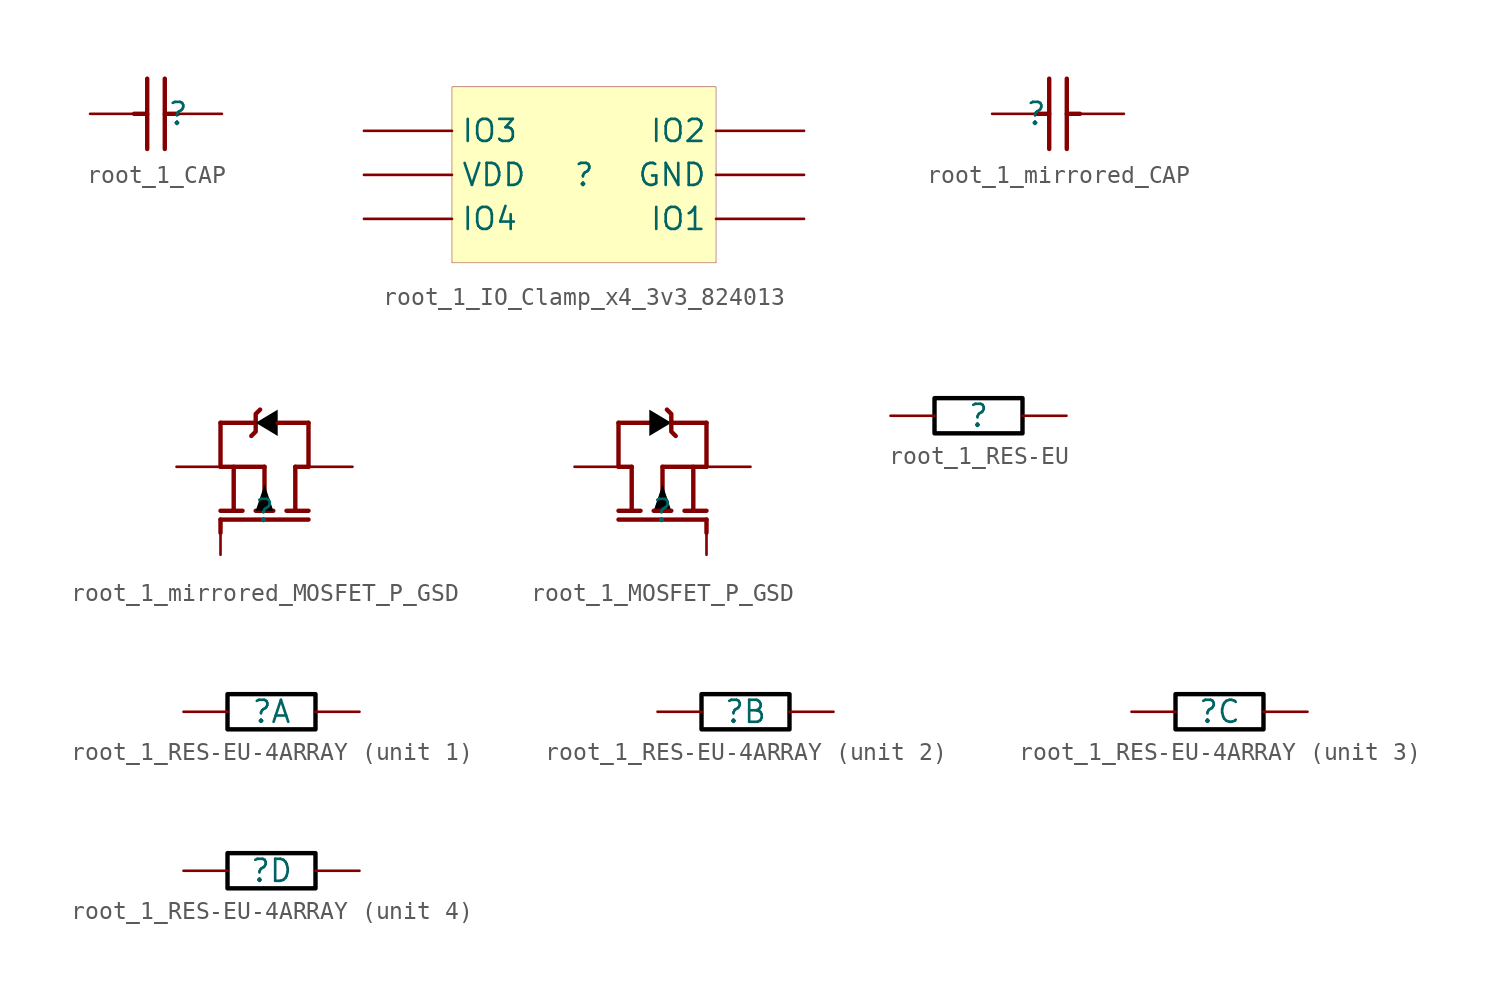
<source format=kicad_sym>
(kicad_symbol_lib
  (version 20231120)
  (generator "kicad_symbol_editor")
  (generator_version "8.0")
  (symbol "root_1_CAP"
    (property "Reference" ""
      (at 0 0 0)
      (effects (font (size 1.27 1.27))))
    (property "Value" ""
      (at 0 0 0)
      (effects (font (size 1.27 1.27))))
    (symbol "root_1_CAP_1_0"
      (polyline (pts (xy -2.54 0) (xy -1.778 0)) (stroke (width 0.254) (type solid)) (fill (type none)))
      (polyline (pts (xy -1.778 -2.032) (xy -1.778 2.032)) (stroke (width 0.254) (type solid)) (fill (type none)))
      (polyline (pts (xy -0.762 2.032) (xy -0.762 -2.032)) (stroke (width 0.254) (type solid)) (fill (type none)))
      (polyline (pts (xy 0 0) (xy -0.762 0)) (stroke (width 0.254) (type solid)) (fill (type none)))
      (pin passive line (at -5.08 0 0) (length 2.54) (name "1" (effects (font (size 0 0)))) (number "1" (effects (font (size 0 0)))))
      (pin passive line (at 2.54 0 180) (length 2.54) (name "2" (effects (font (size 0 0)))) (number "2" (effects (font (size 0 0)))))))
  (symbol "root_1_IO_Clamp_x4_3v3_824013"
    (property "Reference" ""
      (at 0 0 0)
      (effects (font (size 1.27 1.27))))
    (property "Value" ""
      (at 0 0 0)
      (effects (font (size 1.27 1.27))))
    (symbol "root_1_IO_Clamp_x4_3v3_824013_1_0"
      (rectangle (start 7.62 5.08) (end -7.62 -5.08) (stroke (width 0.025) (type solid) (color 128 0 0 1)) (fill (type background)))
      (pin passive line (at 12.7 -2.54 180) (length 5.08) (name "IO1" (effects (font (size 1.27 1.27)))) (number "1" (effects (font (size 0 0)))))
      (pin passive line (at 12.7 0 180) (length 5.08) (name "GND" (effects (font (size 1.27 1.27)))) (number "2" (effects (font (size 0 0)))))
      (pin passive line (at 12.7 2.54 180) (length 5.08) (name "IO2" (effects (font (size 1.27 1.27)))) (number "3" (effects (font (size 0 0)))))
      (pin passive line (at -12.7 2.54 0) (length 5.08) (name "IO3" (effects (font (size 1.27 1.27)))) (number "4" (effects (font (size 0 0)))))
      (pin passive line (at -12.7 0 0) (length 5.08) (name "VDD" (effects (font (size 1.27 1.27)))) (number "5" (effects (font (size 0 0)))))
      (pin passive line (at -12.7 -2.54 0) (length 5.08) (name "IO4" (effects (font (size 1.27 1.27)))) (number "6" (effects (font (size 0 0)))))))
  (symbol "root_1_mirrored_CAP"
    (property "Reference" ""
      (at 0 0 0)
      (effects (font (size 1.27 1.27))))
    (property "Value" ""
      (at 0 0 0)
      (effects (font (size 1.27 1.27))))
    (symbol "root_1_mirrored_CAP_1_0"
      (polyline (pts (xy 0 0) (xy 0.762 0)) (stroke (width 0.254) (type solid)) (fill (type none)))
      (polyline (pts (xy 0.762 2.032) (xy 0.762 -2.032)) (stroke (width 0.254) (type solid)) (fill (type none)))
      (polyline (pts (xy 1.778 -2.032) (xy 1.778 2.032)) (stroke (width 0.254) (type solid)) (fill (type none)))
      (polyline (pts (xy 2.54 0) (xy 1.778 0)) (stroke (width 0.254) (type solid)) (fill (type none)))
      (pin passive line (at 5.08 0 180) (length 2.54) (name "1" (effects (font (size 0 0)))) (number "1" (effects (font (size 0 0)))))
      (pin passive line (at -2.54 0 0) (length 2.54) (name "2" (effects (font (size 0 0)))) (number "2" (effects (font (size 0 0)))))))
  (symbol "root_1_mirrored_MOSFET_P_GSD"
    (property "Reference" ""
      (at 0 0 0)
      (effects (font (size 1.27 1.27))))
    (property "Value" ""
      (at 0 0 0)
      (effects (font (size 1.27 1.27))))
    (symbol "root_1_mirrored_MOSFET_P_GSD_1_0"
      (polyline (pts (xy -2.54 -1.27) (xy -2.54 -0.508)) (stroke (width 0.254) (type solid)) (fill (type none)))
      (polyline (pts (xy -2.54 0) (xy -1.27 0)) (stroke (width 0.254) (type solid)) (fill (type none)))
      (polyline (pts (xy -2.54 2.54) (xy -2.54 5.08)) (stroke (width 0.254) (type solid)) (fill (type none)))
      (polyline (pts (xy -2.54 5.08) (xy -0.508 5.08)) (stroke (width 0.254) (type solid)) (fill (type none)))
      (polyline (pts (xy -1.778 2.54) (xy -1.778 0)) (stroke (width 0.254) (type solid)) (fill (type none)))
      (polyline (pts (xy -0.508 0) (xy 0.508 0)) (stroke (width 0.254) (type solid)) (fill (type none)))
      (polyline (pts (xy 0 2.54) (xy -2.54 2.54)) (stroke (width 0.254) (type solid)) (fill (type none)))
      (polyline (pts (xy 0 2.54) (xy 0 0)) (stroke (width 0.254) (type solid)) (fill (type none)))
      (polyline (pts (xy 1.778 2.54) (xy 1.778 0)) (stroke (width 0.254) (type solid)) (fill (type none)))
      (polyline (pts (xy 1.778 2.54) (xy 2.54 2.54)) (stroke (width 0.254) (type solid)) (fill (type none)))
      (polyline (pts (xy 2.54 -0.508) (xy -2.54 -0.508)) (stroke (width 0.254) (type solid)) (fill (type none)))
      (polyline (pts (xy 2.54 0) (xy 1.27 0)) (stroke (width 0.254) (type solid)) (fill (type none)))
      (polyline (pts (xy 2.54 2.54) (xy 2.54 5.08)) (stroke (width 0.254) (type solid)) (fill (type none)))
      (polyline (pts (xy 2.54 5.08) (xy 0.762 5.08)) (stroke (width 0.254) (type solid)) (fill (type none)))
      (polyline (pts (xy -0.762 4.318) (xy -0.508 4.572) (xy -0.508 5.588) (xy -0.254 5.842)) (stroke (width 0.254) (type solid)) (fill (type none)))
      (polyline (pts (xy -0.508 5.08) (xy 0.762 5.842) (xy 0.762 4.318) (xy -0.508 5.08)) (stroke (width -0.0001) (type solid) (color 0 0 0 1)) (fill (type outline)))
      (polyline (pts (xy 0 1.524) (xy 0.508 0) (xy -0.508 0) (xy 0 1.524)) (stroke (width -0.0001) (type solid) (color 0 0 0 1)) (fill (type outline)))
      (pin passive line (at -2.54 -2.54 90) (length 1.27) (name "G" (effects (font (size 0 0)))) (number "1" (effects (font (size 0 0)))))
      (pin passive line (at -5.08 2.54 0) (length 2.54) (name "S" (effects (font (size 0 0)))) (number "2" (effects (font (size 0 0)))))
      (pin passive line (at 5.08 2.54 180) (length 2.54) (name "D" (effects (font (size 0 0)))) (number "3" (effects (font (size 0 0)))))))
  (symbol "root_1_MOSFET_P_GSD"
    (property "Reference" ""
      (at 0 0 0)
      (effects (font (size 1.27 1.27))))
    (property "Value" ""
      (at 0 0 0)
      (effects (font (size 1.27 1.27))))
    (symbol "root_1_MOSFET_P_GSD_1_0"
      (polyline (pts (xy -2.54 -0.508) (xy 2.54 -0.508)) (stroke (width 0.254) (type solid)) (fill (type none)))
      (polyline (pts (xy -2.54 0) (xy -1.27 0)) (stroke (width 0.254) (type solid)) (fill (type none)))
      (polyline (pts (xy -2.54 2.54) (xy -2.54 5.08)) (stroke (width 0.254) (type solid)) (fill (type none)))
      (polyline (pts (xy -2.54 5.08) (xy -0.762 5.08)) (stroke (width 0.254) (type solid)) (fill (type none)))
      (polyline (pts (xy -1.778 2.54) (xy -2.54 2.54)) (stroke (width 0.254) (type solid)) (fill (type none)))
      (polyline (pts (xy -1.778 2.54) (xy -1.778 0)) (stroke (width 0.254) (type solid)) (fill (type none)))
      (polyline (pts (xy 0 2.54) (xy 0 0)) (stroke (width 0.254) (type solid)) (fill (type none)))
      (polyline (pts (xy 0 2.54) (xy 2.54 2.54)) (stroke (width 0.254) (type solid)) (fill (type none)))
      (polyline (pts (xy 0.508 0) (xy -0.508 0)) (stroke (width 0.254) (type solid)) (fill (type none)))
      (polyline (pts (xy 1.778 2.54) (xy 1.778 0)) (stroke (width 0.254) (type solid)) (fill (type none)))
      (polyline (pts (xy 2.54 -1.27) (xy 2.54 -0.508)) (stroke (width 0.254) (type solid)) (fill (type none)))
      (polyline (pts (xy 2.54 0) (xy 1.27 0)) (stroke (width 0.254) (type solid)) (fill (type none)))
      (polyline (pts (xy 2.54 2.54) (xy 2.54 5.08)) (stroke (width 0.254) (type solid)) (fill (type none)))
      (polyline (pts (xy 2.54 5.08) (xy 0.508 5.08)) (stroke (width 0.254) (type solid)) (fill (type none)))
      (polyline (pts (xy 0 1.524) (xy -0.508 0) (xy 0.508 0) (xy 0 1.524)) (stroke (width -0.0001) (type solid) (color 0 0 0 1)) (fill (type outline)))
      (polyline (pts (xy 0.508 5.08) (xy -0.762 5.842) (xy -0.762 4.318) (xy 0.508 5.08)) (stroke (width -0.0001) (type solid) (color 0 0 0 1)) (fill (type outline)))
      (polyline (pts (xy 0.762 4.318) (xy 0.508 4.572) (xy 0.508 5.588) (xy 0.254 5.842)) (stroke (width 0.254) (type solid)) (fill (type none)))
      (pin passive line (at 2.54 -2.54 90) (length 1.27) (name "G" (effects (font (size 0 0)))) (number "1" (effects (font (size 0 0)))))
      (pin passive line (at 5.08 2.54 180) (length 2.54) (name "S" (effects (font (size 0 0)))) (number "2" (effects (font (size 0 0)))))
      (pin passive line (at -5.08 2.54 0) (length 2.54) (name "D" (effects (font (size 0 0)))) (number "3" (effects (font (size 0 0)))))))
  (symbol "root_1_RES-EU"
    (property "Reference" ""
      (at 0 0 0)
      (effects (font (size 1.27 1.27))))
    (property "Value" ""
      (at 0 0 0)
      (effects (font (size 1.27 1.27))))
    (symbol "root_1_RES-EU_1_0"
      (rectangle (start 2.54 1.016) (end -2.54 -1.016) (stroke (width 0.254) (type solid) (color 0 0 0 1)) (fill (type none)))
      (pin passive line (at -5.08 0 0) (length 2.54) (name "1" (effects (font (size 0 0)))) (number "1" (effects (font (size 0 0)))))
      (pin passive line (at 5.08 0 180) (length 2.54) (name "2" (effects (font (size 0 0)))) (number "2" (effects (font (size 0 0)))))))
  (symbol "root_1_RES-EU-4ARRAY"
    (property "Reference" ""
      (at 0 0 0)
      (effects (font (size 1.27 1.27))))
    (property "Value" ""
      (at 0 0 0)
      (effects (font (size 1.27 1.27))))
    (symbol "root_1_RES-EU-4ARRAY_1_0"
      (rectangle (start 2.54 1.016) (end -2.54 -1.016) (stroke (width 0.254) (type solid) (color 0 0 0 1)) (fill (type none)))
      (pin passive line (at -5.08 0 0) (length 2.54) (name "1A" (effects (font (size 0 0)))) (number "1A" (effects (font (size 0 0)))))
      (pin passive line (at 5.08 0 180) (length 2.54) (name "1B" (effects (font (size 0 0)))) (number "1B" (effects (font (size 0 0))))))
    (symbol "root_1_RES-EU-4ARRAY_2_0"
      (rectangle (start 2.54 1.016) (end -2.54 -1.016) (stroke (width 0.254) (type solid) (color 0 0 0 1)) (fill (type none)))
      (pin passive line (at -5.08 0 0) (length 2.54) (name "2A" (effects (font (size 0 0)))) (number "2A" (effects (font (size 0 0)))))
      (pin passive line (at 5.08 0 180) (length 2.54) (name "2B" (effects (font (size 0 0)))) (number "2B" (effects (font (size 0 0))))))
    (symbol "root_1_RES-EU-4ARRAY_3_0"
      (rectangle (start 2.54 1.016) (end -2.54 -1.016) (stroke (width 0.254) (type solid) (color 0 0 0 1)) (fill (type none)))
      (pin passive line (at -5.08 0 0) (length 2.54) (name "3A" (effects (font (size 0 0)))) (number "3A" (effects (font (size 0 0)))))
      (pin passive line (at 5.08 0 180) (length 2.54) (name "3B" (effects (font (size 0 0)))) (number "3B" (effects (font (size 0 0))))))
    (symbol "root_1_RES-EU-4ARRAY_4_0"
      (rectangle (start 2.54 1.016) (end -2.54 -1.016) (stroke (width 0.254) (type solid) (color 0 0 0 1)) (fill (type none)))
      (pin passive line (at -5.08 0 0) (length 2.54) (name "4A" (effects (font (size 0 0)))) (number "4A" (effects (font (size 0 0)))))
      (pin passive line (at 5.08 0 180) (length 2.54) (name "4B" (effects (font (size 0 0)))) (number "4B" (effects (font (size 0 0))))))))
</source>
